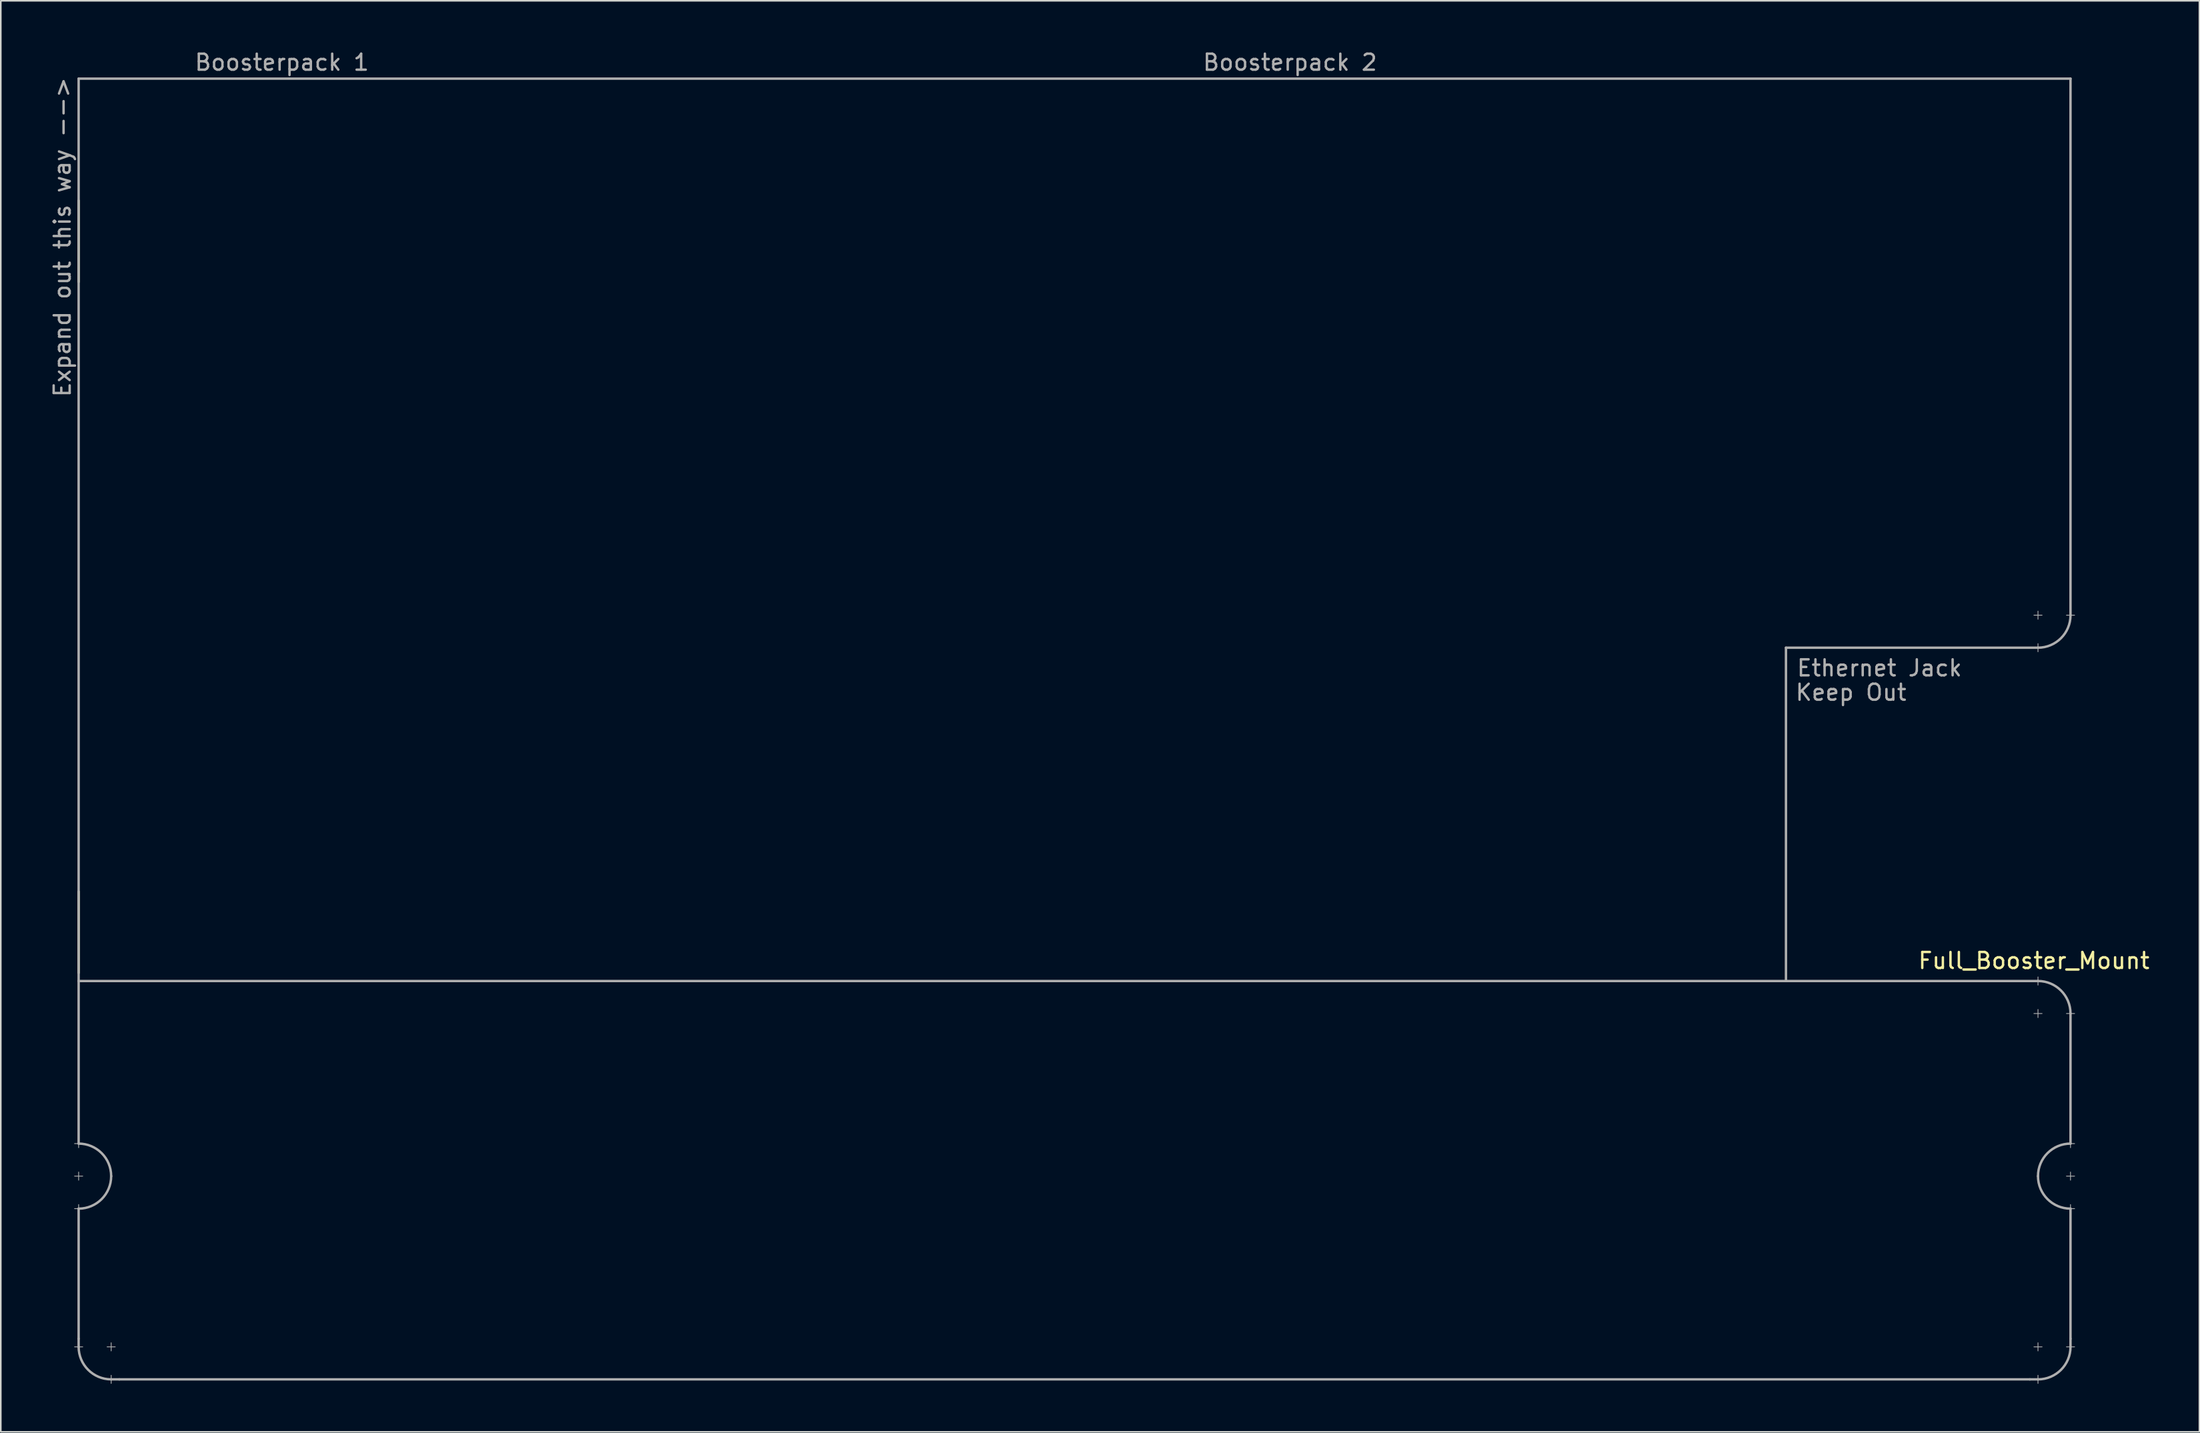
<source format=kicad_pcb>
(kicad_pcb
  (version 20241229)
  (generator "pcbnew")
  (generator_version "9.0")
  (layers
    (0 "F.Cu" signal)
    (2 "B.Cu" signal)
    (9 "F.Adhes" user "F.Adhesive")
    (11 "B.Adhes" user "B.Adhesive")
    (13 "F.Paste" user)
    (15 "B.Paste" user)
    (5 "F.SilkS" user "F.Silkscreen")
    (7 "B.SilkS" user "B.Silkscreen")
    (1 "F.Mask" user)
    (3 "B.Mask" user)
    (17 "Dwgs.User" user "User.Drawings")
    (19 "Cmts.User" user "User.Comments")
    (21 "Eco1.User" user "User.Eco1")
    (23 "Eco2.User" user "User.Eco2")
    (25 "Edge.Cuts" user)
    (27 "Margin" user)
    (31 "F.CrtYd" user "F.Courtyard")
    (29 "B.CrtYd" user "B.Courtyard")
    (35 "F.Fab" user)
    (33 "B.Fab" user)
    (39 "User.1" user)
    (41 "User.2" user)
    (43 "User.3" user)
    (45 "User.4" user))
  (footprint "Full_Booster_Mount"
    (layer "F.Cu")
    (at 1.864 57.744)
    (property "Reference" "Full_Booster_Mount" (at 122.174 -0.762 180) (layer "F.SilkS") (effects (font (size 1 1) (thickness 0.15))))
    (attr through_hole)
    (fp_line (start 0 -48.26) (end 0 -43.18) (stroke (width 0.15) (type solid)) (layer "F.SilkS"))
    (fp_line (start 0 -5.08) (end 0 0) (stroke (width 0.15) (type solid)) (layer "F.SilkS"))
    (fp_line (start -0.254 10.668) (end 0.254 10.668) (stroke (width 0.05) (type solid)) (layer "F.Fab"))
    (fp_line (start -0.254 12.7) (end 0.254 12.7) (stroke (width 0.05) (type solid)) (layer "F.Fab"))
    (fp_line (start -0.254 14.732) (end 0.254 14.732) (stroke (width 0.05) (type solid)) (layer "F.Fab"))
    (fp_line (start 0 -55.88) (end 0 0.508) (stroke (width 0.15) (type solid)) (layer "F.Fab"))
    (fp_line (start 0 -55.88) (end 124.46 -55.88) (stroke (width 0.15) (type solid)) (layer "F.Fab"))
    (fp_line (start 0 0.508) (end 122.428 0.508) (stroke (width 0.15) (type solid)) (layer "F.Fab"))
    (fp_line (start 0 10.414) (end 0 10.922) (stroke (width 0.05) (type solid)) (layer "F.Fab"))
    (fp_line (start 0 10.668) (end 0 0.508) (stroke (width 0.15) (type solid)) (layer "F.Fab"))
    (fp_line (start 0 12.446) (end 0 12.954) (stroke (width 0.05) (type solid)) (layer "F.Fab"))
    (fp_line (start 0 14.478) (end 0 14.986) (stroke (width 0.05) (type solid)) (layer "F.Fab"))
    (fp_line (start 0 22.86) (end 0 14.732) (stroke (width 0.15) (type solid)) (layer "F.Fab"))
    (fp_line (start 0 22.86) (end 0 23.368) (stroke (width 0.15) (type solid)) (layer "F.Fab"))
    (fp_line (start 0.254 23.368) (end -0.254 23.368) (stroke (width 0.05) (type solid)) (layer "F.Fab"))
    (fp_line (start 1.778 23.368) (end 2.286 23.368) (stroke (width 0.05) (type solid)) (layer "F.Fab"))
    (fp_line (start 2.032 23.114) (end 2.032 23.622) (stroke (width 0.05) (type solid)) (layer "F.Fab"))
    (fp_line (start 2.032 25.146) (end 2.032 25.654) (stroke (width 0.05) (type solid)) (layer "F.Fab"))
    (fp_line (start 2.032 25.4) (end 2.54 25.4) (stroke (width 0.15) (type solid)) (layer "F.Fab"))
    (fp_line (start 2.54 25.4) (end 121.92 25.4) (stroke (width 0.15) (type solid)) (layer "F.Fab"))
    (fp_line (start 106.68 -20.32) (end 106.68 0.508) (stroke (width 0.15) (type solid)) (layer "F.Fab"))
    (fp_line (start 121.92 25.4) (end 122.428 25.4) (stroke (width 0.15) (type solid)) (layer "F.Fab"))
    (fp_line (start 122.174 -22.352) (end 122.682 -22.352) (stroke (width 0.05) (type solid)) (layer "F.Fab"))
    (fp_line (start 122.174 2.54) (end 122.682 2.54) (stroke (width 0.05) (type solid)) (layer "F.Fab"))
    (fp_line (start 122.174 23.368) (end 122.682 23.368) (stroke (width 0.05) (type solid)) (layer "F.Fab"))
    (fp_line (start 122.428 -22.606) (end 122.428 -22.098) (stroke (width 0.05) (type solid)) (layer "F.Fab"))
    (fp_line (start 122.428 -20.574) (end 122.428 -20.066) (stroke (width 0.05) (type solid)) (layer "F.Fab"))
    (fp_line (start 122.428 -20.32) (end 106.68 -20.32) (stroke (width 0.15) (type solid)) (layer "F.Fab"))
    (fp_line (start 122.428 0.254) (end 122.428 0.762) (stroke (width 0.05) (type solid)) (layer "F.Fab"))
    (fp_line (start 122.428 2.286) (end 122.428 2.794) (stroke (width 0.05) (type solid)) (layer "F.Fab"))
    (fp_line (start 122.428 23.114) (end 122.428 23.622) (stroke (width 0.05) (type solid)) (layer "F.Fab"))
    (fp_line (start 122.428 25.146) (end 122.428 25.654) (stroke (width 0.05) (type solid)) (layer "F.Fab"))
    (fp_line (start 124.206 -22.352) (end 124.714 -22.352) (stroke (width 0.05) (type solid)) (layer "F.Fab"))
    (fp_line (start 124.206 2.54) (end 124.714 2.54) (stroke (width 0.05) (type solid)) (layer "F.Fab"))
    (fp_line (start 124.206 10.668) (end 124.714 10.668) (stroke (width 0.05) (type solid)) (layer "F.Fab"))
    (fp_line (start 124.206 12.7) (end 124.714 12.7) (stroke (width 0.05) (type solid)) (layer "F.Fab"))
    (fp_line (start 124.206 14.732) (end 124.714 14.732) (stroke (width 0.05) (type solid)) (layer "F.Fab"))
    (fp_line (start 124.206 23.368) (end 124.714 23.368) (stroke (width 0.05) (type solid)) (layer "F.Fab"))
    (fp_line (start 124.46 -55.88) (end 124.46 -22.352) (stroke (width 0.15) (type solid)) (layer "F.Fab"))
    (fp_line (start 124.46 10.414) (end 124.46 10.922) (stroke (width 0.05) (type solid)) (layer "F.Fab"))
    (fp_line (start 124.46 10.668) (end 124.46 2.54) (stroke (width 0.15) (type solid)) (layer "F.Fab"))
    (fp_line (start 124.46 12.446) (end 124.46 12.954) (stroke (width 0.05) (type solid)) (layer "F.Fab"))
    (fp_line (start 124.46 14.478) (end 124.46 14.986) (stroke (width 0.05) (type solid)) (layer "F.Fab"))
    (fp_line (start 124.46 14.732) (end 124.46 22.86) (stroke (width 0.15) (type solid)) (layer "F.Fab"))
    (fp_line (start 124.46 23.343) (end 124.46 22.86) (stroke (width 0.15) (type solid)) (layer "F.Fab"))
    (fp_arc (start 0 10.668) (mid 1.436841 11.263159) (end 2.032 12.7) (stroke (width 0.15) (type solid)) (layer "F.Fab"))
    (fp_arc (start 2.032 12.7) (mid 1.436841 14.136841) (end 0 14.732) (stroke (width 0.15) (type solid)) (layer "F.Fab"))
    (fp_arc (start 2.032 25.4) (mid 0.595159 24.804841) (end 0 23.368) (stroke (width 0.15) (type solid)) (layer "F.Fab"))
    (fp_arc (start 122.428 0.508) (mid 123.864841 1.103159) (end 124.46 2.54) (stroke (width 0.15) (type solid)) (layer "F.Fab"))
    (fp_arc (start 122.428 12.7) (mid 123.023159 11.263159) (end 124.46 10.668) (stroke (width 0.15) (type solid)) (layer "F.Fab"))
    (fp_arc (start 124.46 -22.352) (mid 123.864841 -20.915159) (end 122.428 -20.32) (stroke (width 0.15) (type solid)) (layer "F.Fab"))
    (fp_arc (start 124.46 14.732) (mid 123.023159 14.136841) (end 122.428 12.7) (stroke (width 0.15) (type solid)) (layer "F.Fab"))
    (fp_arc (start 124.46 23.368) (mid 123.864841 24.804841) (end 122.428 25.4) (stroke (width 0.15) (type solid)) (layer "F.Fab"))
    (fp_text user "Boosterpack 2" (at 75.692 -56.896 0) (layer "F.Fab") (effects (font (size 1 1) (thickness 0.15))))
    (fp_text user "Ethernet Jack" (at 112.522 -19.05 0) (layer "F.Fab") (effects (font (size 1 1) (thickness 0.15))))
    (fp_text user "Keep Out" (at 110.744 -17.526 0) (layer "F.Fab") (effects (font (size 1 1) (thickness 0.15))))
    (fp_text user "Boosterpack 1" (at 12.7 -56.896 0) (layer "F.Fab") (effects (font (size 1 1) (thickness 0.15))))
    (fp_text user "Expand out this way -->" (at -1.016 -45.974 90) (layer "F.Fab") (effects (font (size 1 1) (thickness 0.15)))))
  (gr_rect
    (start -3 -3)
    (end 134.378 86.423)
    (stroke (width 0.1) (type default))
    (fill no)
    (layer "Edge.Cuts")))
</source>
